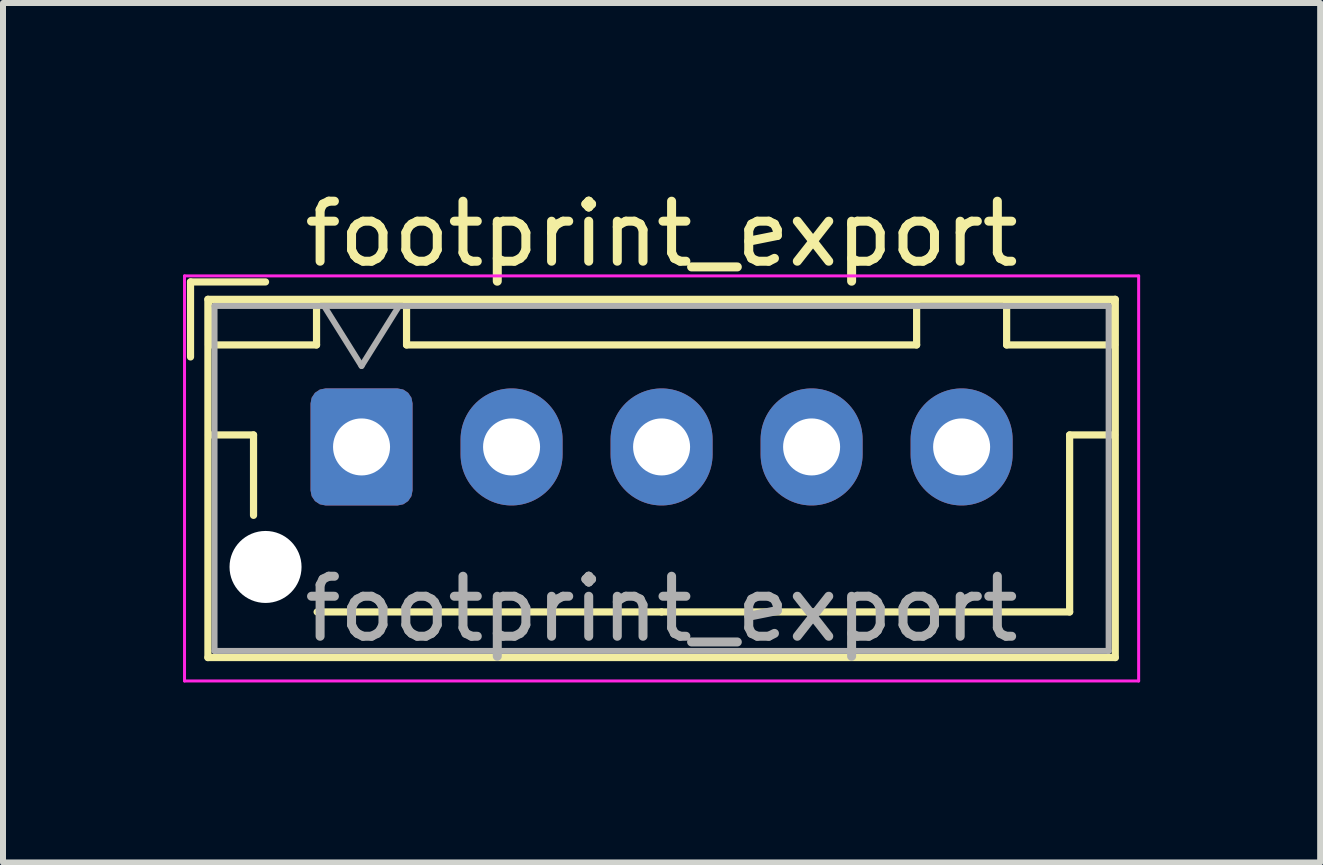
<source format=kicad_pcb>
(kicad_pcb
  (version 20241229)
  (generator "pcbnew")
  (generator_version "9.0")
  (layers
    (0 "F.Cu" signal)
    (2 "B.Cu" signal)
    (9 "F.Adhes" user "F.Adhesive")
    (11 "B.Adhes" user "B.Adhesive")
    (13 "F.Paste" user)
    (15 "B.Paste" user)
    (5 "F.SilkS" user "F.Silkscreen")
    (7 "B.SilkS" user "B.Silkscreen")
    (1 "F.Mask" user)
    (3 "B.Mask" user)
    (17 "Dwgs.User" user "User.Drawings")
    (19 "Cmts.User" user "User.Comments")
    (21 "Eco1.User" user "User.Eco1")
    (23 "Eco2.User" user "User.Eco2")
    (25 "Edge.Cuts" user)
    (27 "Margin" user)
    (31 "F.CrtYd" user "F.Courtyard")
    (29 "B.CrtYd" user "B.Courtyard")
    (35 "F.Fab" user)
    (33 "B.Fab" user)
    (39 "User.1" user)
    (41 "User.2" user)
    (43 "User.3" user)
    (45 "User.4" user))
  (footprint "footprint_export"
    (layer "F.Cu")
    (at 2.975 4.398)
    (property "Reference" "footprint_export" (at 5 -3.55 0) (layer "F.SilkS") (effects (font (size 1 1) (thickness 0.15))))
    (attr through_hole)
    (fp_line (start -2.85 -2.75) (end -2.85 -1.5) (stroke (width 0.12) (type solid)) (layer "F.SilkS"))
    (fp_line (start -2.56 -2.46) (end -2.56 3.51) (stroke (width 0.12) (type solid)) (layer "F.SilkS"))
    (fp_line (start -2.56 3.51) (end 12.56 3.51) (stroke (width 0.12) (type solid)) (layer "F.SilkS"))
    (fp_line (start -2.55 -2.45) (end -2.55 -1.7) (stroke (width 0.12) (type solid)) (layer "F.SilkS"))
    (fp_line (start -2.55 -1.7) (end -0.75 -1.7) (stroke (width 0.12) (type solid)) (layer "F.SilkS"))
    (fp_line (start -2.55 -0.2) (end -1.8 -0.2) (stroke (width 0.12) (type solid)) (layer "F.SilkS"))
    (fp_line (start -1.8 -0.2) (end -1.8 1.14) (stroke (width 0.12) (type solid)) (layer "F.SilkS"))
    (fp_line (start -1.6 -2.75) (end -2.85 -2.75) (stroke (width 0.12) (type solid)) (layer "F.SilkS"))
    (fp_line (start -0.75 -2.45) (end -2.55 -2.45) (stroke (width 0.12) (type solid)) (layer "F.SilkS"))
    (fp_line (start -0.75 -1.7) (end -0.75 -2.45) (stroke (width 0.12) (type solid)) (layer "F.SilkS"))
    (fp_line (start 0.75 -2.45) (end 0.75 -1.7) (stroke (width 0.12) (type solid)) (layer "F.SilkS"))
    (fp_line (start 0.75 -1.7) (end 9.25 -1.7) (stroke (width 0.12) (type solid)) (layer "F.SilkS"))
    (fp_line (start 5 2.75) (end -0.74 2.75) (stroke (width 0.12) (type solid)) (layer "F.SilkS"))
    (fp_line (start 9.25 -2.45) (end 0.75 -2.45) (stroke (width 0.12) (type solid)) (layer "F.SilkS"))
    (fp_line (start 9.25 -1.7) (end 9.25 -2.45) (stroke (width 0.12) (type solid)) (layer "F.SilkS"))
    (fp_line (start 10.75 -2.45) (end 10.75 -1.7) (stroke (width 0.12) (type solid)) (layer "F.SilkS"))
    (fp_line (start 10.75 -1.7) (end 12.55 -1.7) (stroke (width 0.12) (type solid)) (layer "F.SilkS"))
    (fp_line (start 11.8 -0.2) (end 11.8 2.75) (stroke (width 0.12) (type solid)) (layer "F.SilkS"))
    (fp_line (start 11.8 2.75) (end 5 2.75) (stroke (width 0.12) (type solid)) (layer "F.SilkS"))
    (fp_line (start 12.55 -2.45) (end 10.75 -2.45) (stroke (width 0.12) (type solid)) (layer "F.SilkS"))
    (fp_line (start 12.55 -1.7) (end 12.55 -2.45) (stroke (width 0.12) (type solid)) (layer "F.SilkS"))
    (fp_line (start 12.55 -0.2) (end 11.8 -0.2) (stroke (width 0.12) (type solid)) (layer "F.SilkS"))
    (fp_line (start 12.56 -2.46) (end -2.56 -2.46) (stroke (width 0.12) (type solid)) (layer "F.SilkS"))
    (fp_line (start 12.56 3.51) (end 12.56 -2.46) (stroke (width 0.12) (type solid)) (layer "F.SilkS"))
    (fp_line (start -2.95 -2.85) (end -2.95 3.9) (stroke (width 0.05) (type solid)) (layer "F.CrtYd"))
    (fp_line (start -2.95 3.9) (end 12.95 3.9) (stroke (width 0.05) (type solid)) (layer "F.CrtYd"))
    (fp_line (start 12.95 -2.85) (end -2.95 -2.85) (stroke (width 0.05) (type solid)) (layer "F.CrtYd"))
    (fp_line (start 12.95 3.9) (end 12.95 -2.85) (stroke (width 0.05) (type solid)) (layer "F.CrtYd"))
    (fp_line (start -2.45 -2.35) (end -2.45 3.4) (stroke (width 0.1) (type solid)) (layer "F.Fab"))
    (fp_line (start -2.45 3.4) (end 12.45 3.4) (stroke (width 0.1) (type solid)) (layer "F.Fab"))
    (fp_line (start -0.625 -2.35) (end 0 -1.35) (stroke (width 0.1) (type solid)) (layer "F.Fab"))
    (fp_line (start 0 -1.35) (end 0.625 -2.35) (stroke (width 0.1) (type solid)) (layer "F.Fab"))
    (fp_line (start 12.45 -2.35) (end -2.45 -2.35) (stroke (width 0.1) (type solid)) (layer "F.Fab"))
    (fp_line (start 12.45 3.4) (end 12.45 -2.35) (stroke (width 0.1) (type solid)) (layer "F.Fab"))
    (fp_text user "${REFERENCE}" (at 5 2.7 0) (layer "F.Fab") (effects (font (size 1 1) (thickness 0.15))))
    (pad "" np_thru_hole circle (at -1.6 2) (size 1.2 1.2) (drill 1.2) (layers "*.Cu" "*.Mask"))
    (pad "1" thru_hole roundrect (at 0 0) (size 1.7 1.95) (drill 0.95) (layers "*.Cu" "*.Mask") (roundrect_rratio 0.147))
    (pad "2" thru_hole oval (at 2.5 0) (size 1.7 1.95) (drill 0.95) (layers "*.Cu" "*.Mask"))
    (pad "3" thru_hole oval (at 5 0) (size 1.7 1.95) (drill 0.95) (layers "*.Cu" "*.Mask"))
    (pad "4" thru_hole oval (at 7.5 0) (size 1.7 1.95) (drill 0.95) (layers "*.Cu" "*.Mask"))
    (pad "5" thru_hole oval (at 10 0) (size 1.7 1.95) (drill 0.95) (layers "*.Cu" "*.Mask")))
  (gr_rect
    (start -3 -3)
    (end 18.95 11.323)
    (stroke (width 0.1) (type default))
    (fill no)
    (layer "Edge.Cuts")))
</source>
